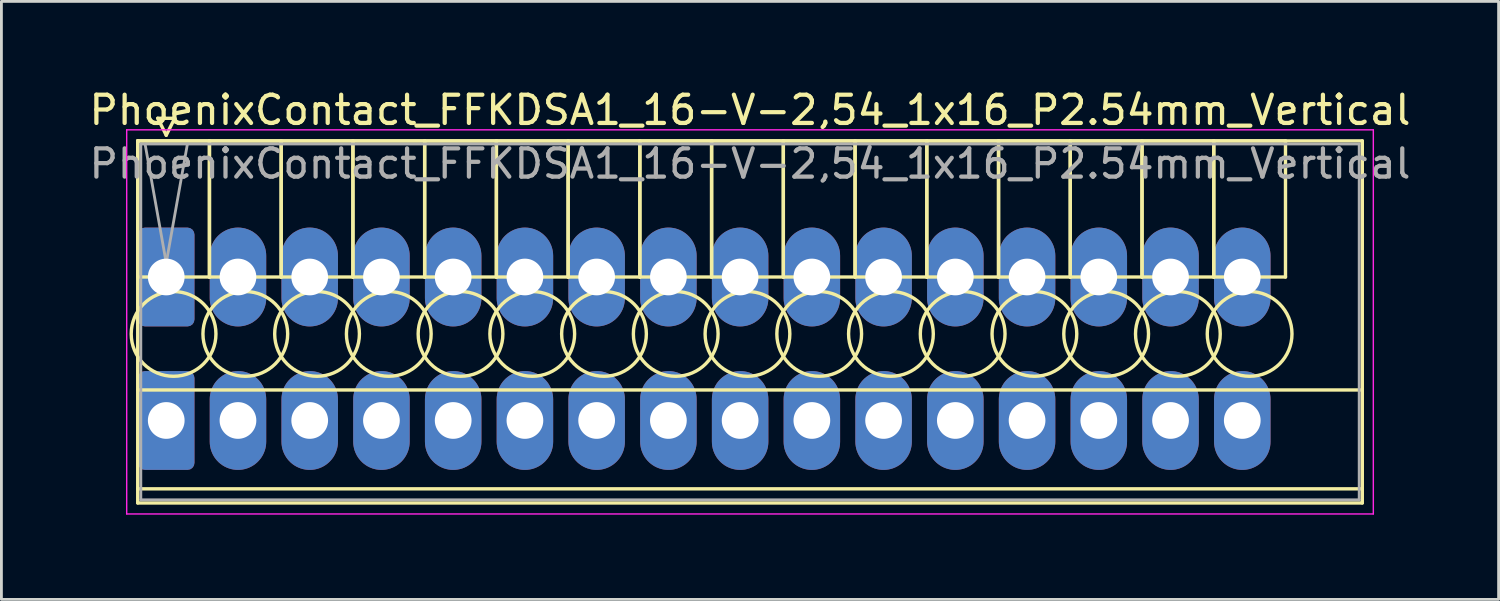
<source format=kicad_pcb>
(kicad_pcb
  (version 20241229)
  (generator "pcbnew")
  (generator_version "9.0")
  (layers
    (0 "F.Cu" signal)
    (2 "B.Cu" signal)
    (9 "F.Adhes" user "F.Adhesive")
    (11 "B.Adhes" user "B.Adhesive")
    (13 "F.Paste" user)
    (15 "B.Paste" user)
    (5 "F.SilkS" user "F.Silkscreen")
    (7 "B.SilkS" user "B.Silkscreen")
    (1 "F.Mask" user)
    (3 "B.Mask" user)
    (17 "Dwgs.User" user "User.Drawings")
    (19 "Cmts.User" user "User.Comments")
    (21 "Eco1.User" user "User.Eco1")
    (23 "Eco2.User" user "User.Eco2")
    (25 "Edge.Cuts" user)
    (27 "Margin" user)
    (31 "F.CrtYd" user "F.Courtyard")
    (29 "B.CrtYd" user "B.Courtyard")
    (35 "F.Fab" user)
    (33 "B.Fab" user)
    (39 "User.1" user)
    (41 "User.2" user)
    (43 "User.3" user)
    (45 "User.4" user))
  (footprint "PhoenixContact_FFKDSA1_16-V-2,54_1x16_P2.54mm_Vertical"
    (layer "F.Cu")
    (at 2.836 6.758)
    (property "Reference" "PhoenixContact_FFKDSA1_16-V-2,54_1x16_P2.54mm_Vertical" (at 20.67 -5.91 0) (layer "F.SilkS") (effects (font (size 1 1) (thickness 0.15))))
    (attr through_hole)
    (fp_line (start -1.01 -4.82) (end -1.01 0) (stroke (width 0.12) (type solid)) (layer "F.SilkS"))
    (fp_line (start -1.01 -4.82) (end -1.01 8) (stroke (width 0.12) (type solid)) (layer "F.SilkS"))
    (fp_line (start -1.01 0) (end 1.53 0) (stroke (width 0.12) (type solid)) (layer "F.SilkS"))
    (fp_line (start -1.01 4) (end 42.35 4) (stroke (width 0.12) (type solid)) (layer "F.SilkS"))
    (fp_line (start -1.01 7.5) (end 42.35 7.5) (stroke (width 0.12) (type solid)) (layer "F.SilkS"))
    (fp_line (start -1.01 8) (end 42.35 8) (stroke (width 0.12) (type solid)) (layer "F.SilkS"))
    (fp_line (start -0.3 -5.62) (end 0.3 -5.62) (stroke (width 0.12) (type solid)) (layer "F.SilkS"))
    (fp_line (start 0 -5.02) (end -0.3 -5.62) (stroke (width 0.12) (type solid)) (layer "F.SilkS"))
    (fp_line (start 0.3 -5.62) (end 0 -5.02) (stroke (width 0.12) (type solid)) (layer "F.SilkS"))
    (fp_line (start 1.53 -4.82) (end -1.01 -4.82) (stroke (width 0.12) (type solid)) (layer "F.SilkS"))
    (fp_line (start 1.53 -4.82) (end 1.53 0) (stroke (width 0.12) (type solid)) (layer "F.SilkS"))
    (fp_line (start 1.53 0) (end 1.53 -4.82) (stroke (width 0.12) (type solid)) (layer "F.SilkS"))
    (fp_line (start 1.53 0) (end 4.07 0) (stroke (width 0.12) (type solid)) (layer "F.SilkS"))
    (fp_line (start 4.07 -4.82) (end 1.53 -4.82) (stroke (width 0.12) (type solid)) (layer "F.SilkS"))
    (fp_line (start 4.07 -4.82) (end 4.07 0) (stroke (width 0.12) (type solid)) (layer "F.SilkS"))
    (fp_line (start 4.07 0) (end 4.07 -4.82) (stroke (width 0.12) (type solid)) (layer "F.SilkS"))
    (fp_line (start 4.07 0) (end 6.61 0) (stroke (width 0.12) (type solid)) (layer "F.SilkS"))
    (fp_line (start 6.61 -4.82) (end 4.07 -4.82) (stroke (width 0.12) (type solid)) (layer "F.SilkS"))
    (fp_line (start 6.61 -4.82) (end 6.61 0) (stroke (width 0.12) (type solid)) (layer "F.SilkS"))
    (fp_line (start 6.61 0) (end 6.61 -4.82) (stroke (width 0.12) (type solid)) (layer "F.SilkS"))
    (fp_line (start 6.61 0) (end 9.15 0) (stroke (width 0.12) (type solid)) (layer "F.SilkS"))
    (fp_line (start 9.15 -4.82) (end 6.61 -4.82) (stroke (width 0.12) (type solid)) (layer "F.SilkS"))
    (fp_line (start 9.15 -4.82) (end 9.15 0) (stroke (width 0.12) (type solid)) (layer "F.SilkS"))
    (fp_line (start 9.15 0) (end 9.15 -4.82) (stroke (width 0.12) (type solid)) (layer "F.SilkS"))
    (fp_line (start 9.15 0) (end 11.69 0) (stroke (width 0.12) (type solid)) (layer "F.SilkS"))
    (fp_line (start 11.69 -4.82) (end 9.15 -4.82) (stroke (width 0.12) (type solid)) (layer "F.SilkS"))
    (fp_line (start 11.69 -4.82) (end 11.69 0) (stroke (width 0.12) (type solid)) (layer "F.SilkS"))
    (fp_line (start 11.69 0) (end 11.69 -4.82) (stroke (width 0.12) (type solid)) (layer "F.SilkS"))
    (fp_line (start 11.69 0) (end 14.23 0) (stroke (width 0.12) (type solid)) (layer "F.SilkS"))
    (fp_line (start 14.23 -4.82) (end 11.69 -4.82) (stroke (width 0.12) (type solid)) (layer "F.SilkS"))
    (fp_line (start 14.23 -4.82) (end 14.23 0) (stroke (width 0.12) (type solid)) (layer "F.SilkS"))
    (fp_line (start 14.23 0) (end 14.23 -4.82) (stroke (width 0.12) (type solid)) (layer "F.SilkS"))
    (fp_line (start 14.23 0) (end 16.77 0) (stroke (width 0.12) (type solid)) (layer "F.SilkS"))
    (fp_line (start 16.77 -4.82) (end 14.23 -4.82) (stroke (width 0.12) (type solid)) (layer "F.SilkS"))
    (fp_line (start 16.77 -4.82) (end 16.77 0) (stroke (width 0.12) (type solid)) (layer "F.SilkS"))
    (fp_line (start 16.77 0) (end 16.77 -4.82) (stroke (width 0.12) (type solid)) (layer "F.SilkS"))
    (fp_line (start 16.77 0) (end 19.31 0) (stroke (width 0.12) (type solid)) (layer "F.SilkS"))
    (fp_line (start 19.31 -4.82) (end 16.77 -4.82) (stroke (width 0.12) (type solid)) (layer "F.SilkS"))
    (fp_line (start 19.31 -4.82) (end 19.31 0) (stroke (width 0.12) (type solid)) (layer "F.SilkS"))
    (fp_line (start 19.31 0) (end 19.31 -4.82) (stroke (width 0.12) (type solid)) (layer "F.SilkS"))
    (fp_line (start 19.31 0) (end 21.85 0) (stroke (width 0.12) (type solid)) (layer "F.SilkS"))
    (fp_line (start 21.85 -4.82) (end 19.31 -4.82) (stroke (width 0.12) (type solid)) (layer "F.SilkS"))
    (fp_line (start 21.85 -4.82) (end 21.85 0) (stroke (width 0.12) (type solid)) (layer "F.SilkS"))
    (fp_line (start 21.85 0) (end 21.85 -4.82) (stroke (width 0.12) (type solid)) (layer "F.SilkS"))
    (fp_line (start 21.85 0) (end 24.39 0) (stroke (width 0.12) (type solid)) (layer "F.SilkS"))
    (fp_line (start 24.39 -4.82) (end 21.85 -4.82) (stroke (width 0.12) (type solid)) (layer "F.SilkS"))
    (fp_line (start 24.39 -4.82) (end 24.39 0) (stroke (width 0.12) (type solid)) (layer "F.SilkS"))
    (fp_line (start 24.39 0) (end 24.39 -4.82) (stroke (width 0.12) (type solid)) (layer "F.SilkS"))
    (fp_line (start 24.39 0) (end 26.93 0) (stroke (width 0.12) (type solid)) (layer "F.SilkS"))
    (fp_line (start 26.93 -4.82) (end 24.39 -4.82) (stroke (width 0.12) (type solid)) (layer "F.SilkS"))
    (fp_line (start 26.93 -4.82) (end 26.93 0) (stroke (width 0.12) (type solid)) (layer "F.SilkS"))
    (fp_line (start 26.93 0) (end 26.93 -4.82) (stroke (width 0.12) (type solid)) (layer "F.SilkS"))
    (fp_line (start 26.93 0) (end 29.47 0) (stroke (width 0.12) (type solid)) (layer "F.SilkS"))
    (fp_line (start 29.47 -4.82) (end 26.93 -4.82) (stroke (width 0.12) (type solid)) (layer "F.SilkS"))
    (fp_line (start 29.47 -4.82) (end 29.47 0) (stroke (width 0.12) (type solid)) (layer "F.SilkS"))
    (fp_line (start 29.47 0) (end 29.47 -4.82) (stroke (width 0.12) (type solid)) (layer "F.SilkS"))
    (fp_line (start 29.47 0) (end 32.01 0) (stroke (width 0.12) (type solid)) (layer "F.SilkS"))
    (fp_line (start 32.01 -4.82) (end 29.47 -4.82) (stroke (width 0.12) (type solid)) (layer "F.SilkS"))
    (fp_line (start 32.01 -4.82) (end 32.01 0) (stroke (width 0.12) (type solid)) (layer "F.SilkS"))
    (fp_line (start 32.01 0) (end 32.01 -4.82) (stroke (width 0.12) (type solid)) (layer "F.SilkS"))
    (fp_line (start 32.01 0) (end 34.55 0) (stroke (width 0.12) (type solid)) (layer "F.SilkS"))
    (fp_line (start 34.55 -4.82) (end 32.01 -4.82) (stroke (width 0.12) (type solid)) (layer "F.SilkS"))
    (fp_line (start 34.55 -4.82) (end 34.55 0) (stroke (width 0.12) (type solid)) (layer "F.SilkS"))
    (fp_line (start 34.55 0) (end 34.55 -4.82) (stroke (width 0.12) (type solid)) (layer "F.SilkS"))
    (fp_line (start 34.55 0) (end 37.09 0) (stroke (width 0.12) (type solid)) (layer "F.SilkS"))
    (fp_line (start 37.09 -4.82) (end 34.55 -4.82) (stroke (width 0.12) (type solid)) (layer "F.SilkS"))
    (fp_line (start 37.09 -4.82) (end 37.09 0) (stroke (width 0.12) (type solid)) (layer "F.SilkS"))
    (fp_line (start 37.09 0) (end 37.09 -4.82) (stroke (width 0.12) (type solid)) (layer "F.SilkS"))
    (fp_line (start 37.09 0) (end 39.63 0) (stroke (width 0.12) (type solid)) (layer "F.SilkS"))
    (fp_line (start 39.63 -4.82) (end 37.09 -4.82) (stroke (width 0.12) (type solid)) (layer "F.SilkS"))
    (fp_line (start 39.63 0) (end 39.63 -4.82) (stroke (width 0.12) (type solid)) (layer "F.SilkS"))
    (fp_line (start 42.35 -4.82) (end -1.01 -4.82) (stroke (width 0.12) (type solid)) (layer "F.SilkS"))
    (fp_line (start 42.35 8) (end 42.35 -4.82) (stroke (width 0.12) (type solid)) (layer "F.SilkS"))
    (fp_circle (center 0.26 2.015) (end 1.76 2.015) (stroke (width 0.12) (type solid)) (fill no) (layer "F.SilkS"))
    (fp_circle (center 2.8 2.015) (end 4.3 2.015) (stroke (width 0.12) (type solid)) (fill no) (layer "F.SilkS"))
    (fp_circle (center 5.34 2.015) (end 6.84 2.015) (stroke (width 0.12) (type solid)) (fill no) (layer "F.SilkS"))
    (fp_circle (center 7.88 2.015) (end 9.38 2.015) (stroke (width 0.12) (type solid)) (fill no) (layer "F.SilkS"))
    (fp_circle (center 10.42 2.015) (end 11.92 2.015) (stroke (width 0.12) (type solid)) (fill no) (layer "F.SilkS"))
    (fp_circle (center 12.96 2.015) (end 14.46 2.015) (stroke (width 0.12) (type solid)) (fill no) (layer "F.SilkS"))
    (fp_circle (center 15.5 2.015) (end 17 2.015) (stroke (width 0.12) (type solid)) (fill no) (layer "F.SilkS"))
    (fp_circle (center 18.04 2.015) (end 19.54 2.015) (stroke (width 0.12) (type solid)) (fill no) (layer "F.SilkS"))
    (fp_circle (center 20.58 2.015) (end 22.08 2.015) (stroke (width 0.12) (type solid)) (fill no) (layer "F.SilkS"))
    (fp_circle (center 23.12 2.015) (end 24.62 2.015) (stroke (width 0.12) (type solid)) (fill no) (layer "F.SilkS"))
    (fp_circle (center 25.66 2.015) (end 27.16 2.015) (stroke (width 0.12) (type solid)) (fill no) (layer "F.SilkS"))
    (fp_circle (center 28.2 2.015) (end 29.7 2.015) (stroke (width 0.12) (type solid)) (fill no) (layer "F.SilkS"))
    (fp_circle (center 30.74 2.015) (end 32.24 2.015) (stroke (width 0.12) (type solid)) (fill no) (layer "F.SilkS"))
    (fp_circle (center 33.28 2.015) (end 34.78 2.015) (stroke (width 0.12) (type solid)) (fill no) (layer "F.SilkS"))
    (fp_circle (center 35.82 2.015) (end 37.32 2.015) (stroke (width 0.12) (type solid)) (fill no) (layer "F.SilkS"))
    (fp_circle (center 38.36 2.015) (end 39.86 2.015) (stroke (width 0.12) (type solid)) (fill no) (layer "F.SilkS"))
    (fp_line (start -1.4 -5.21) (end -1.4 8.39) (stroke (width 0.05) (type solid)) (layer "F.CrtYd"))
    (fp_line (start -1.4 8.39) (end 42.74 8.39) (stroke (width 0.05) (type solid)) (layer "F.CrtYd"))
    (fp_line (start 42.74 -5.21) (end -1.4 -5.21) (stroke (width 0.05) (type solid)) (layer "F.CrtYd"))
    (fp_line (start 42.74 8.39) (end 42.74 -5.21) (stroke (width 0.05) (type solid)) (layer "F.CrtYd"))
    (fp_line (start -0.9 -4.71) (end -0.9 7.89) (stroke (width 0.1) (type solid)) (layer "F.Fab"))
    (fp_line (start -0.9 7.89) (end 42.24 7.89) (stroke (width 0.1) (type solid)) (layer "F.Fab"))
    (fp_line (start 0 -0.5) (end -0.75 -4.71) (stroke (width 0.1) (type solid)) (layer "F.Fab"))
    (fp_line (start 0.75 -4.71) (end 0 -0.5) (stroke (width 0.1) (type solid)) (layer "F.Fab"))
    (fp_line (start 42.24 -4.71) (end -0.9 -4.71) (stroke (width 0.1) (type solid)) (layer "F.Fab"))
    (fp_line (start 42.24 7.89) (end 42.24 -4.71) (stroke (width 0.1) (type solid)) (layer "F.Fab"))
    (fp_text user "${REFERENCE}" (at 20.67 -4.01 0) (layer "F.Fab") (effects (font (size 1 1) (thickness 0.15))))
    (pad "1" thru_hole roundrect (at 0 0) (size 2 3.5) (drill 1.3) (layers "*.Cu" "*.Mask") (roundrect_rratio 0.125))
    (pad "1" thru_hole roundrect (at 0 5.08) (size 2 3.5) (drill 1.3) (layers "*.Cu" "*.Mask") (roundrect_rratio 0.125))
    (pad "2" thru_hole oval (at 2.54 0) (size 2 3.5) (drill 1.3) (layers "*.Cu" "*.Mask"))
    (pad "2" thru_hole oval (at 2.54 5.08) (size 2 3.5) (drill 1.3) (layers "*.Cu" "*.Mask"))
    (pad "3" thru_hole oval (at 5.08 0) (size 2 3.5) (drill 1.3) (layers "*.Cu" "*.Mask"))
    (pad "3" thru_hole oval (at 5.08 5.08) (size 2 3.5) (drill 1.3) (layers "*.Cu" "*.Mask"))
    (pad "4" thru_hole oval (at 7.62 0) (size 2 3.5) (drill 1.3) (layers "*.Cu" "*.Mask"))
    (pad "4" thru_hole oval (at 7.62 5.08) (size 2 3.5) (drill 1.3) (layers "*.Cu" "*.Mask"))
    (pad "5" thru_hole oval (at 10.16 0) (size 2 3.5) (drill 1.3) (layers "*.Cu" "*.Mask"))
    (pad "5" thru_hole oval (at 10.16 5.08) (size 2 3.5) (drill 1.3) (layers "*.Cu" "*.Mask"))
    (pad "6" thru_hole oval (at 12.7 0) (size 2 3.5) (drill 1.3) (layers "*.Cu" "*.Mask"))
    (pad "6" thru_hole oval (at 12.7 5.08) (size 2 3.5) (drill 1.3) (layers "*.Cu" "*.Mask"))
    (pad "7" thru_hole oval (at 15.24 0) (size 2 3.5) (drill 1.3) (layers "*.Cu" "*.Mask"))
    (pad "7" thru_hole oval (at 15.24 5.08) (size 2 3.5) (drill 1.3) (layers "*.Cu" "*.Mask"))
    (pad "8" thru_hole oval (at 17.78 0) (size 2 3.5) (drill 1.3) (layers "*.Cu" "*.Mask"))
    (pad "8" thru_hole oval (at 17.78 5.08) (size 2 3.5) (drill 1.3) (layers "*.Cu" "*.Mask"))
    (pad "9" thru_hole oval (at 20.32 0) (size 2 3.5) (drill 1.3) (layers "*.Cu" "*.Mask"))
    (pad "9" thru_hole oval (at 20.32 5.08) (size 2 3.5) (drill 1.3) (layers "*.Cu" "*.Mask"))
    (pad "10" thru_hole oval (at 22.86 0) (size 2 3.5) (drill 1.3) (layers "*.Cu" "*.Mask"))
    (pad "10" thru_hole oval (at 22.86 5.08) (size 2 3.5) (drill 1.3) (layers "*.Cu" "*.Mask"))
    (pad "11" thru_hole oval (at 25.4 0) (size 2 3.5) (drill 1.3) (layers "*.Cu" "*.Mask"))
    (pad "11" thru_hole oval (at 25.4 5.08) (size 2 3.5) (drill 1.3) (layers "*.Cu" "*.Mask"))
    (pad "12" thru_hole oval (at 27.94 0) (size 2 3.5) (drill 1.3) (layers "*.Cu" "*.Mask"))
    (pad "12" thru_hole oval (at 27.94 5.08) (size 2 3.5) (drill 1.3) (layers "*.Cu" "*.Mask"))
    (pad "13" thru_hole oval (at 30.48 0) (size 2 3.5) (drill 1.3) (layers "*.Cu" "*.Mask"))
    (pad "13" thru_hole oval (at 30.48 5.08) (size 2 3.5) (drill 1.3) (layers "*.Cu" "*.Mask"))
    (pad "14" thru_hole oval (at 33.02 0) (size 2 3.5) (drill 1.3) (layers "*.Cu" "*.Mask"))
    (pad "14" thru_hole oval (at 33.02 5.08) (size 2 3.5) (drill 1.3) (layers "*.Cu" "*.Mask"))
    (pad "15" thru_hole oval (at 35.56 0) (size 2 3.5) (drill 1.3) (layers "*.Cu" "*.Mask"))
    (pad "15" thru_hole oval (at 35.56 5.08) (size 2 3.5) (drill 1.3) (layers "*.Cu" "*.Mask"))
    (pad "16" thru_hole oval (at 38.1 0) (size 2 3.5) (drill 1.3) (layers "*.Cu" "*.Mask"))
    (pad "16" thru_hole oval (at 38.1 5.08) (size 2 3.5) (drill 1.3) (layers "*.Cu" "*.Mask")))
  (gr_rect
    (start -3 -3)
    (end 50.012 18.173)
    (stroke (width 0.1) (type default))
    (fill no)
    (layer "Edge.Cuts")))
</source>
